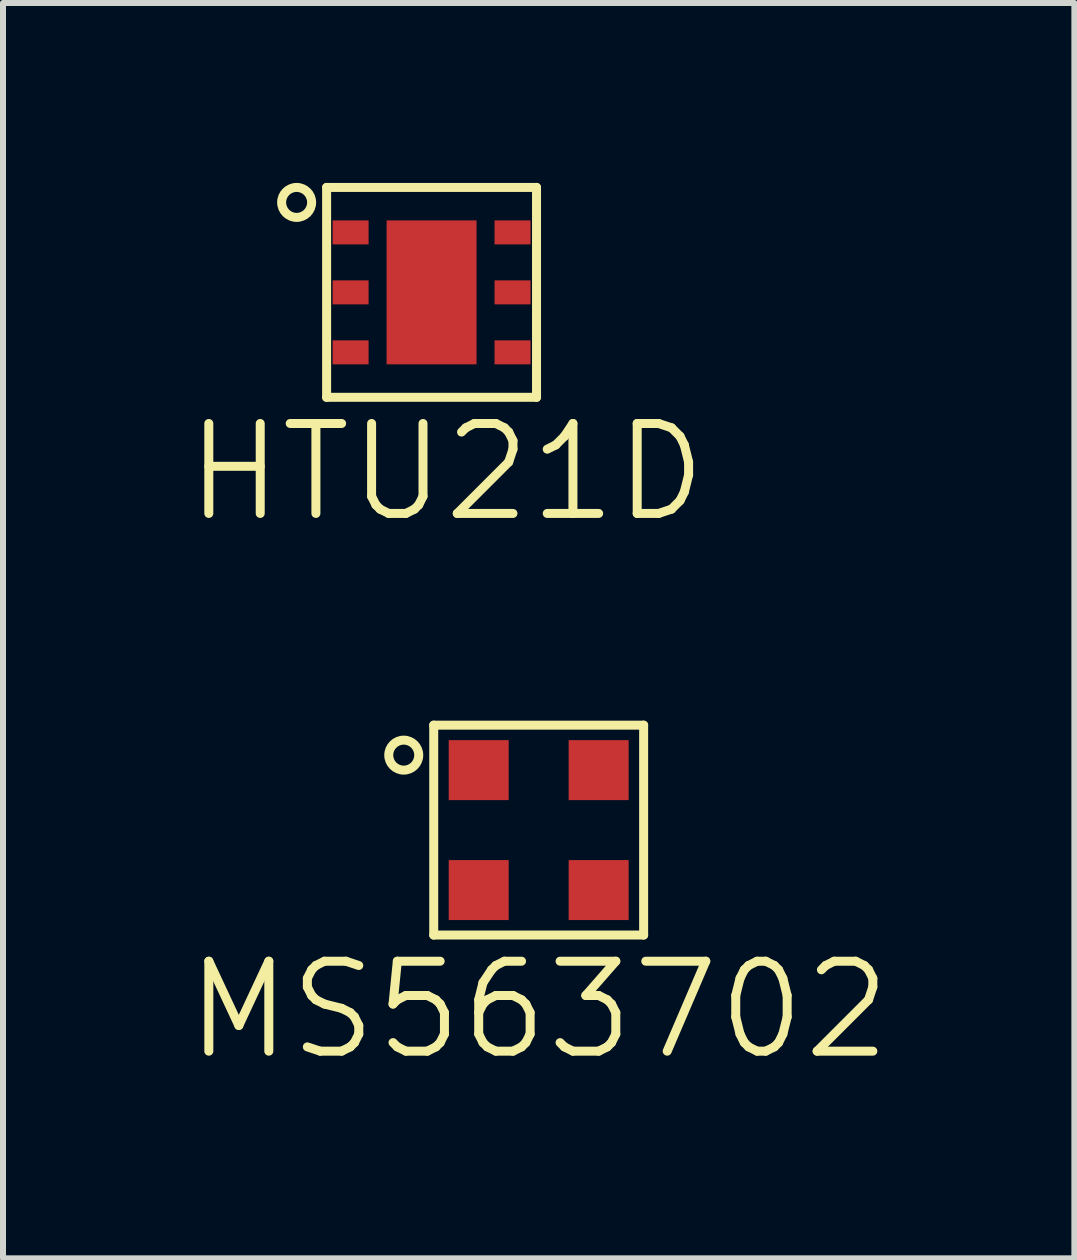
<source format=kicad_pcb>
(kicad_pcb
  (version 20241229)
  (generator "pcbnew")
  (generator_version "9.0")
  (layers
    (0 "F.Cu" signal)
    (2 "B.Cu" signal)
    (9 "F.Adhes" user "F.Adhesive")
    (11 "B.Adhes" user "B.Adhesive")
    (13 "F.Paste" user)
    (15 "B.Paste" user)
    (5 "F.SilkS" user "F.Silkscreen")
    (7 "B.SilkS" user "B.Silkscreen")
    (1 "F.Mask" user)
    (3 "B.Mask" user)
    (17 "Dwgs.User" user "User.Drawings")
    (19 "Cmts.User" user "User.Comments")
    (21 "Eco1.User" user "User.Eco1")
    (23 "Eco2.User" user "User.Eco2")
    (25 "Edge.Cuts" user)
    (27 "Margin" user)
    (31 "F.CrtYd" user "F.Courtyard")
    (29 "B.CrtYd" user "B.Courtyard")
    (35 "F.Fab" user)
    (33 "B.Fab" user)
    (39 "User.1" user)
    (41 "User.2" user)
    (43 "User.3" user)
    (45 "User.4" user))
  (footprint "MS563702"
    (layer "F.Cu")
    (at 5.932 10.791)
    (property "Reference" "MS563702" (at 0 3 0) (layer "F.SilkS") (effects (font (size 1.5 1.5) (thickness 0.15))))
    (attr through_hole)
    (fp_line (start -1.75 -1.75) (end -1.75 1.75) (stroke (width 0.15) (type solid)) (layer "F.SilkS"))
    (fp_line (start -1.75 1.75) (end 1.75 1.75) (stroke (width 0.15) (type solid)) (layer "F.SilkS"))
    (fp_line (start 1.75 -1.75) (end -1.75 -1.75) (stroke (width 0.15) (type solid)) (layer "F.SilkS"))
    (fp_line (start 1.75 1.75) (end 1.75 -1.75) (stroke (width 0.15) (type solid)) (layer "F.SilkS"))
    (fp_circle (center -2.25 -1.25) (end -2 -1.25) (stroke (width 0.15) (type solid)) (fill no) (layer "F.SilkS"))
    (pad "1" smd rect (at -1 -1) (size 1 1) (layers "F.Cu" "F.Mask" "F.Paste"))
    (pad "2" smd rect (at -1 1) (size 1 1) (layers "F.Cu" "F.Mask" "F.Paste"))
    (pad "3" smd rect (at 1 -1) (size 1 1) (layers "F.Cu" "F.Mask" "F.Paste"))
    (pad "4" smd rect (at 1 1) (size 1 1) (layers "F.Cu" "F.Mask" "F.Paste")))
  (footprint "HTU21D"
    (layer "F.Cu")
    (at 4.146 1.825)
    (property "Reference" "HTU21D" (at 0.25 3 0) (layer "F.SilkS") (effects (font (size 1.5 1.5) (thickness 0.15))))
    (attr through_hole)
    (fp_line (start -1.75 -1.75) (end -1.75 1.75) (stroke (width 0.15) (type solid)) (layer "F.SilkS"))
    (fp_line (start -1.75 1.75) (end 1.75 1.75) (stroke (width 0.15) (type solid)) (layer "F.SilkS"))
    (fp_line (start 1.75 -1.75) (end -1.75 -1.75) (stroke (width 0.15) (type solid)) (layer "F.SilkS"))
    (fp_line (start 1.75 1.75) (end 1.75 -1.75) (stroke (width 0.15) (type solid)) (layer "F.SilkS"))
    (fp_circle (center -2.25 -1.5) (end -2 -1.5) (stroke (width 0.15) (type solid)) (fill no) (layer "F.SilkS"))
    (pad "1" smd rect (at -1.35 -1) (size 0.6 0.4) (layers "F.Cu" "F.Mask" "F.Paste"))
    (pad "2" smd rect (at -1.35 0) (size 0.6 0.4) (layers "F.Cu" "F.Mask" "F.Paste"))
    (pad "2" smd rect (at 0 0) (size 1.5 2.4) (layers "F.Cu" "F.Mask" "F.Paste"))
    (pad "3" smd rect (at -1.35 1) (size 0.6 0.4) (layers "F.Cu" "F.Mask" "F.Paste"))
    (pad "4" smd rect (at 1.35 -1) (size 0.6 0.4) (layers "F.Cu" "F.Mask" "F.Paste"))
    (pad "5" smd rect (at 1.35 0) (size 0.6 0.4) (layers "F.Cu" "F.Mask" "F.Paste"))
    (pad "6" smd rect (at 1.35 1) (size 0.6 0.4) (layers "F.Cu" "F.Mask" "F.Paste")))
  (gr_rect
    (start -3 -3)
    (end 14.864 17.931)
    (stroke (width 0.1) (type default))
    (fill no)
    (layer "Edge.Cuts")))
</source>
